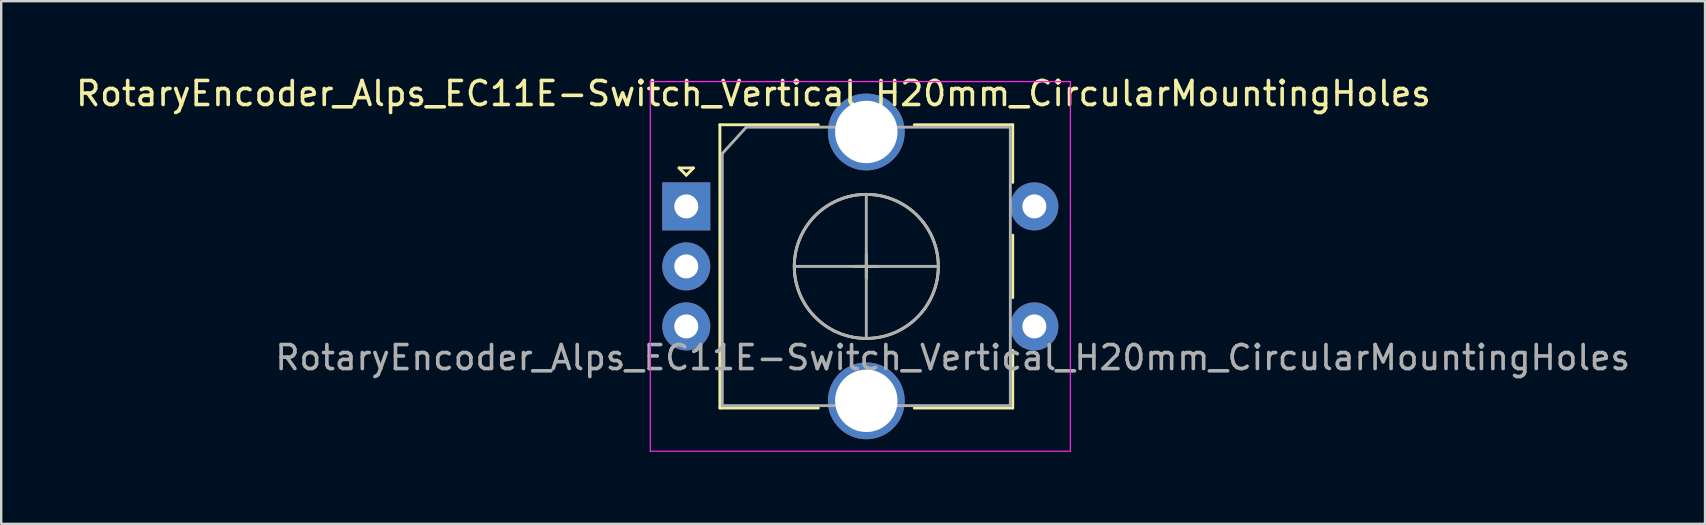
<source format=kicad_pcb>
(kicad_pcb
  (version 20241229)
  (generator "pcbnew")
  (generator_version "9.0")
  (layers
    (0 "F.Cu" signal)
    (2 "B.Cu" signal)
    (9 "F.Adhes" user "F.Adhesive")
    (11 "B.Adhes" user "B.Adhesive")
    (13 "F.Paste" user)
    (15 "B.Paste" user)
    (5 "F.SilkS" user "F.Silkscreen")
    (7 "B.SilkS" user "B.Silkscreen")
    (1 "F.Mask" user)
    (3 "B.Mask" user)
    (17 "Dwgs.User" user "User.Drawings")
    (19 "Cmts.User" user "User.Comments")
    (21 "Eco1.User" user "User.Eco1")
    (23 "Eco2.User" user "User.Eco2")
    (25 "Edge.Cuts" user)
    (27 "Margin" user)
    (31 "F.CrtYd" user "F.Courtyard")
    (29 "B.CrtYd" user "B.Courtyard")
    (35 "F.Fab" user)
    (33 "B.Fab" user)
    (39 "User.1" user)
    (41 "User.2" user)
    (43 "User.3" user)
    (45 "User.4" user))
  (footprint "RotaryEncoder_Alps_EC11E-Switch_Vertical_H20mm_CircularMountingHoles"
    (layer "F.Cu")
    (at 25.539 5.548)
    (property "Reference" "RotaryEncoder_Alps_EC11E-Switch_Vertical_H20mm_CircularMountingHoles" (at 2.8 -4.7 0) (layer "F.SilkS") (effects (font (size 1 1) (thickness 0.15))))
    (attr through_hole)
    (fp_line (start -0.3 -1.6) (end 0.3 -1.6) (stroke (width 0.12) (type solid)) (layer "F.SilkS"))
    (fp_line (start 0 -1.3) (end -0.3 -1.6) (stroke (width 0.12) (type solid)) (layer "F.SilkS"))
    (fp_line (start 0.3 -1.6) (end 0 -1.3) (stroke (width 0.12) (type solid)) (layer "F.SilkS"))
    (fp_line (start 1.4 -3.4) (end 1.4 8.4) (stroke (width 0.12) (type solid)) (layer "F.SilkS"))
    (fp_line (start 5.5 -3.4) (end 1.4 -3.4) (stroke (width 0.12) (type solid)) (layer "F.SilkS"))
    (fp_line (start 5.5 8.4) (end 1.4 8.4) (stroke (width 0.12) (type solid)) (layer "F.SilkS"))
    (fp_line (start 7 2.5) (end 8 2.5) (stroke (width 0.12) (type solid)) (layer "F.SilkS"))
    (fp_line (start 7.5 2) (end 7.5 3) (stroke (width 0.12) (type solid)) (layer "F.SilkS"))
    (fp_line (start 9.5 -3.4) (end 13.6 -3.4) (stroke (width 0.12) (type solid)) (layer "F.SilkS"))
    (fp_line (start 13.6 -3.4) (end 13.6 -1) (stroke (width 0.12) (type solid)) (layer "F.SilkS"))
    (fp_line (start 13.6 1.2) (end 13.6 3.8) (stroke (width 0.12) (type solid)) (layer "F.SilkS"))
    (fp_line (start 13.6 6) (end 13.6 8.4) (stroke (width 0.12) (type solid)) (layer "F.SilkS"))
    (fp_line (start 13.6 8.4) (end 9.5 8.4) (stroke (width 0.12) (type solid)) (layer "F.SilkS"))
    (fp_circle (center 7.5 2.5) (end 10.5 2.5) (stroke (width 0.12) (type solid)) (fill no) (layer "F.SilkS"))
    (fp_line (start -1.5 -5.2) (end -1.5 10.2) (stroke (width 0.05) (type solid)) (layer "F.CrtYd"))
    (fp_line (start -1.5 -5.2) (end 16 -5.2) (stroke (width 0.05) (type solid)) (layer "F.CrtYd"))
    (fp_line (start 16 10.2) (end -1.5 10.2) (stroke (width 0.05) (type solid)) (layer "F.CrtYd"))
    (fp_line (start 16 10.2) (end 16 -5.2) (stroke (width 0.05) (type solid)) (layer "F.CrtYd"))
    (fp_line (start 1.5 -2.2) (end 2.5 -3.3) (stroke (width 0.12) (type solid)) (layer "F.Fab"))
    (fp_line (start 1.5 8.3) (end 1.5 -2.2) (stroke (width 0.12) (type solid)) (layer "F.Fab"))
    (fp_line (start 2.5 -3.3) (end 13.5 -3.3) (stroke (width 0.12) (type solid)) (layer "F.Fab"))
    (fp_line (start 4.5 2.5) (end 10.5 2.5) (stroke (width 0.12) (type solid)) (layer "F.Fab"))
    (fp_line (start 7.5 -0.5) (end 7.5 5.5) (stroke (width 0.12) (type solid)) (layer "F.Fab"))
    (fp_line (start 13.5 -3.3) (end 13.5 8.3) (stroke (width 0.12) (type solid)) (layer "F.Fab"))
    (fp_line (start 13.5 8.3) (end 1.5 8.3) (stroke (width 0.12) (type solid)) (layer "F.Fab"))
    (fp_circle (center 7.5 2.5) (end 10.5 2.5) (stroke (width 0.12) (type solid)) (fill no) (layer "F.Fab"))
    (fp_text user "${REFERENCE}" (at 11.1 6.3 0) (layer "F.Fab") (effects (font (size 1 1) (thickness 0.15))))
    (pad "A" thru_hole rect (at 0 0) (size 2 2) (drill 1) (layers "*.Cu" "*.Mask"))
    (pad "B" thru_hole circle (at 0 5) (size 2 2) (drill 1) (layers "*.Cu" "*.Mask"))
    (pad "C" thru_hole circle (at 0 2.5) (size 2 2) (drill 1) (layers "*.Cu" "*.Mask"))
    (pad "MP" thru_hole circle (at 7.5 -3.1) (size 3.2 3.2) (drill 2.6) (layers "*.Cu" "*.Mask"))
    (pad "MP" thru_hole circle (at 7.5 8.1) (size 3.2 3.2) (drill 2.6) (layers "*.Cu" "*.Mask"))
    (pad "S1" thru_hole circle (at 14.5 5) (size 2 2) (drill 1) (layers "*.Cu" "*.Mask"))
    (pad "S2" thru_hole circle (at 14.5 0) (size 2 2) (drill 1) (layers "*.Cu" "*.Mask")))
  (gr_rect
    (start -3 -3)
    (end 67.979 18.773)
    (stroke (width 0.1) (type default))
    (fill no)
    (layer "Edge.Cuts")))
</source>
